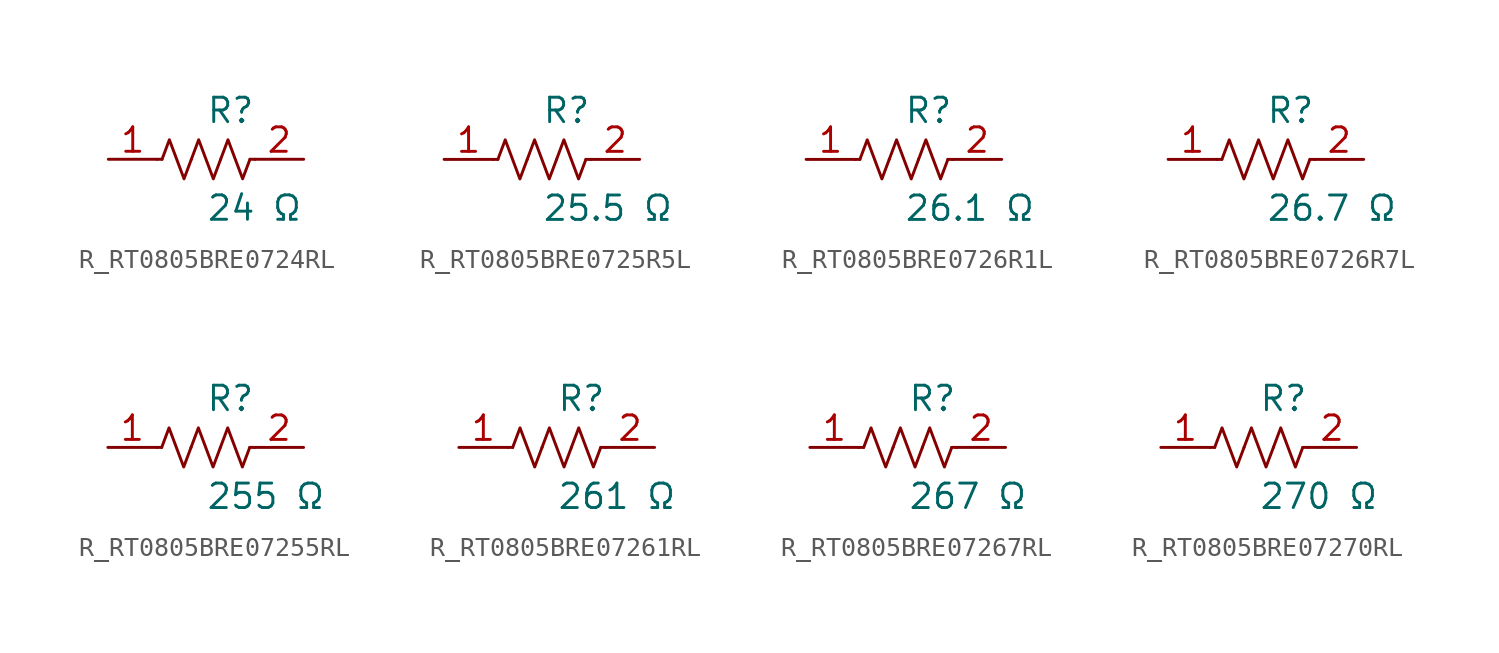
<source format=kicad_sym>
(kicad_symbol_lib
  (version 20231120)
  (generator kicad_symbol_editor)
  (generator_version 8.0)
  (symbol "R_RT0805BRE0724RL"
    (pin_names
      (offset 0.254))
    (property "Reference" "R"
      (at 0.0 2.54 0)
      (effects (font (size 1.27 1.27)) (justify left)))
    (property "Value" "24 Ω"
      (at 0.0 -2.54 0)
      (effects (font (size 1.27 1.27)) (justify left)))
    (symbol "R_RT0805BRE0724RL_0_1"
      (polyline (pts (xy 2.286 0) (xy 2.54 0)) (stroke (width 0) (type default)) (fill (type none)))
      (polyline (pts (xy -2.286 0) (xy -2.54 0)) (stroke (width 0) (type default)) (fill (type none)))
      (polyline (pts (xy 0.762 0) (xy 1.143 1.016) (xy 1.524 0) (xy 1.905 -1.016) (xy 2.286 0)) (stroke (width 0) (type default)) (fill (type none)))
      (polyline (pts (xy -0.762 0) (xy -0.381 1.016) (xy 0 0) (xy 0.381 -1.016) (xy 0.762 0)) (stroke (width 0) (type default)) (fill (type none)))
      (polyline (pts (xy -2.286 0) (xy -1.905 1.016) (xy -1.524 0) (xy -1.143 -1.016) (xy -0.762 0)) (stroke (width 0) (type default)) (fill (type none))))
    (pin unspecified line
      (at -5.08 0 0)
      (length 2.54)
      (name "" (effects (font (size 1.27 1.27))))
      (number "1" (effects (font (size 1.27 1.27)))))
    (pin unspecified line
      (at 5.08 0 180)
      (length 2.54)
      (name "" (effects (font (size 1.27 1.27))))
      (number "2" (effects (font (size 1.27 1.27))))))
  (symbol "R_RT0805BRE0725R5L"
    (pin_names
      (offset 0.254))
    (property "Reference" "R"
      (at 0.0 2.54 0)
      (effects (font (size 1.27 1.27)) (justify left)))
    (property "Value" "25.5 Ω"
      (at 0.0 -2.54 0)
      (effects (font (size 1.27 1.27)) (justify left)))
    (symbol "R_RT0805BRE0725R5L_0_1"
      (polyline (pts (xy 2.286 0) (xy 2.54 0)) (stroke (width 0) (type default)) (fill (type none)))
      (polyline (pts (xy -2.286 0) (xy -2.54 0)) (stroke (width 0) (type default)) (fill (type none)))
      (polyline (pts (xy 0.762 0) (xy 1.143 1.016) (xy 1.524 0) (xy 1.905 -1.016) (xy 2.286 0)) (stroke (width 0) (type default)) (fill (type none)))
      (polyline (pts (xy -0.762 0) (xy -0.381 1.016) (xy 0 0) (xy 0.381 -1.016) (xy 0.762 0)) (stroke (width 0) (type default)) (fill (type none)))
      (polyline (pts (xy -2.286 0) (xy -1.905 1.016) (xy -1.524 0) (xy -1.143 -1.016) (xy -0.762 0)) (stroke (width 0) (type default)) (fill (type none))))
    (pin unspecified line
      (at -5.08 0 0)
      (length 2.54)
      (name "" (effects (font (size 1.27 1.27))))
      (number "1" (effects (font (size 1.27 1.27)))))
    (pin unspecified line
      (at 5.08 0 180)
      (length 2.54)
      (name "" (effects (font (size 1.27 1.27))))
      (number "2" (effects (font (size 1.27 1.27))))))
  (symbol "R_RT0805BRE0726R1L"
    (pin_names
      (offset 0.254))
    (property "Reference" "R"
      (at 0.0 2.54 0)
      (effects (font (size 1.27 1.27)) (justify left)))
    (property "Value" "26.1 Ω"
      (at 0.0 -2.54 0)
      (effects (font (size 1.27 1.27)) (justify left)))
    (symbol "R_RT0805BRE0726R1L_0_1"
      (polyline (pts (xy 2.286 0) (xy 2.54 0)) (stroke (width 0) (type default)) (fill (type none)))
      (polyline (pts (xy -2.286 0) (xy -2.54 0)) (stroke (width 0) (type default)) (fill (type none)))
      (polyline (pts (xy 0.762 0) (xy 1.143 1.016) (xy 1.524 0) (xy 1.905 -1.016) (xy 2.286 0)) (stroke (width 0) (type default)) (fill (type none)))
      (polyline (pts (xy -0.762 0) (xy -0.381 1.016) (xy 0 0) (xy 0.381 -1.016) (xy 0.762 0)) (stroke (width 0) (type default)) (fill (type none)))
      (polyline (pts (xy -2.286 0) (xy -1.905 1.016) (xy -1.524 0) (xy -1.143 -1.016) (xy -0.762 0)) (stroke (width 0) (type default)) (fill (type none))))
    (pin unspecified line
      (at -5.08 0 0)
      (length 2.54)
      (name "" (effects (font (size 1.27 1.27))))
      (number "1" (effects (font (size 1.27 1.27)))))
    (pin unspecified line
      (at 5.08 0 180)
      (length 2.54)
      (name "" (effects (font (size 1.27 1.27))))
      (number "2" (effects (font (size 1.27 1.27))))))
  (symbol "R_RT0805BRE0726R7L"
    (pin_names
      (offset 0.254))
    (property "Reference" "R"
      (at 0.0 2.54 0)
      (effects (font (size 1.27 1.27)) (justify left)))
    (property "Value" "26.7 Ω"
      (at 0.0 -2.54 0)
      (effects (font (size 1.27 1.27)) (justify left)))
    (symbol "R_RT0805BRE0726R7L_0_1"
      (polyline (pts (xy 2.286 0) (xy 2.54 0)) (stroke (width 0) (type default)) (fill (type none)))
      (polyline (pts (xy -2.286 0) (xy -2.54 0)) (stroke (width 0) (type default)) (fill (type none)))
      (polyline (pts (xy 0.762 0) (xy 1.143 1.016) (xy 1.524 0) (xy 1.905 -1.016) (xy 2.286 0)) (stroke (width 0) (type default)) (fill (type none)))
      (polyline (pts (xy -0.762 0) (xy -0.381 1.016) (xy 0 0) (xy 0.381 -1.016) (xy 0.762 0)) (stroke (width 0) (type default)) (fill (type none)))
      (polyline (pts (xy -2.286 0) (xy -1.905 1.016) (xy -1.524 0) (xy -1.143 -1.016) (xy -0.762 0)) (stroke (width 0) (type default)) (fill (type none))))
    (pin unspecified line
      (at -5.08 0 0)
      (length 2.54)
      (name "" (effects (font (size 1.27 1.27))))
      (number "1" (effects (font (size 1.27 1.27)))))
    (pin unspecified line
      (at 5.08 0 180)
      (length 2.54)
      (name "" (effects (font (size 1.27 1.27))))
      (number "2" (effects (font (size 1.27 1.27))))))
  (symbol "R_RT0805BRE07255RL"
    (pin_names
      (offset 0.254))
    (property "Reference" "R"
      (at 0.0 2.54 0)
      (effects (font (size 1.27 1.27)) (justify left)))
    (property "Value" "255 Ω"
      (at 0.0 -2.54 0)
      (effects (font (size 1.27 1.27)) (justify left)))
    (symbol "R_RT0805BRE07255RL_0_1"
      (polyline (pts (xy 2.286 0) (xy 2.54 0)) (stroke (width 0) (type default)) (fill (type none)))
      (polyline (pts (xy -2.286 0) (xy -2.54 0)) (stroke (width 0) (type default)) (fill (type none)))
      (polyline (pts (xy 0.762 0) (xy 1.143 1.016) (xy 1.524 0) (xy 1.905 -1.016) (xy 2.286 0)) (stroke (width 0) (type default)) (fill (type none)))
      (polyline (pts (xy -0.762 0) (xy -0.381 1.016) (xy 0 0) (xy 0.381 -1.016) (xy 0.762 0)) (stroke (width 0) (type default)) (fill (type none)))
      (polyline (pts (xy -2.286 0) (xy -1.905 1.016) (xy -1.524 0) (xy -1.143 -1.016) (xy -0.762 0)) (stroke (width 0) (type default)) (fill (type none))))
    (pin unspecified line
      (at -5.08 0 0)
      (length 2.54)
      (name "" (effects (font (size 1.27 1.27))))
      (number "1" (effects (font (size 1.27 1.27)))))
    (pin unspecified line
      (at 5.08 0 180)
      (length 2.54)
      (name "" (effects (font (size 1.27 1.27))))
      (number "2" (effects (font (size 1.27 1.27))))))
  (symbol "R_RT0805BRE07261RL"
    (pin_names
      (offset 0.254))
    (property "Reference" "R"
      (at 0.0 2.54 0)
      (effects (font (size 1.27 1.27)) (justify left)))
    (property "Value" "261 Ω"
      (at 0.0 -2.54 0)
      (effects (font (size 1.27 1.27)) (justify left)))
    (symbol "R_RT0805BRE07261RL_0_1"
      (polyline (pts (xy 2.286 0) (xy 2.54 0)) (stroke (width 0) (type default)) (fill (type none)))
      (polyline (pts (xy -2.286 0) (xy -2.54 0)) (stroke (width 0) (type default)) (fill (type none)))
      (polyline (pts (xy 0.762 0) (xy 1.143 1.016) (xy 1.524 0) (xy 1.905 -1.016) (xy 2.286 0)) (stroke (width 0) (type default)) (fill (type none)))
      (polyline (pts (xy -0.762 0) (xy -0.381 1.016) (xy 0 0) (xy 0.381 -1.016) (xy 0.762 0)) (stroke (width 0) (type default)) (fill (type none)))
      (polyline (pts (xy -2.286 0) (xy -1.905 1.016) (xy -1.524 0) (xy -1.143 -1.016) (xy -0.762 0)) (stroke (width 0) (type default)) (fill (type none))))
    (pin unspecified line
      (at -5.08 0 0)
      (length 2.54)
      (name "" (effects (font (size 1.27 1.27))))
      (number "1" (effects (font (size 1.27 1.27)))))
    (pin unspecified line
      (at 5.08 0 180)
      (length 2.54)
      (name "" (effects (font (size 1.27 1.27))))
      (number "2" (effects (font (size 1.27 1.27))))))
  (symbol "R_RT0805BRE07267RL"
    (pin_names
      (offset 0.254))
    (property "Reference" "R"
      (at 0.0 2.54 0)
      (effects (font (size 1.27 1.27)) (justify left)))
    (property "Value" "267 Ω"
      (at 0.0 -2.54 0)
      (effects (font (size 1.27 1.27)) (justify left)))
    (symbol "R_RT0805BRE07267RL_0_1"
      (polyline (pts (xy 2.286 0) (xy 2.54 0)) (stroke (width 0) (type default)) (fill (type none)))
      (polyline (pts (xy -2.286 0) (xy -2.54 0)) (stroke (width 0) (type default)) (fill (type none)))
      (polyline (pts (xy 0.762 0) (xy 1.143 1.016) (xy 1.524 0) (xy 1.905 -1.016) (xy 2.286 0)) (stroke (width 0) (type default)) (fill (type none)))
      (polyline (pts (xy -0.762 0) (xy -0.381 1.016) (xy 0 0) (xy 0.381 -1.016) (xy 0.762 0)) (stroke (width 0) (type default)) (fill (type none)))
      (polyline (pts (xy -2.286 0) (xy -1.905 1.016) (xy -1.524 0) (xy -1.143 -1.016) (xy -0.762 0)) (stroke (width 0) (type default)) (fill (type none))))
    (pin unspecified line
      (at -5.08 0 0)
      (length 2.54)
      (name "" (effects (font (size 1.27 1.27))))
      (number "1" (effects (font (size 1.27 1.27)))))
    (pin unspecified line
      (at 5.08 0 180)
      (length 2.54)
      (name "" (effects (font (size 1.27 1.27))))
      (number "2" (effects (font (size 1.27 1.27))))))
  (symbol "R_RT0805BRE07270RL"
    (pin_names
      (offset 0.254))
    (property "Reference" "R"
      (at 0.0 2.54 0)
      (effects (font (size 1.27 1.27)) (justify left)))
    (property "Value" "270 Ω"
      (at 0.0 -2.54 0)
      (effects (font (size 1.27 1.27)) (justify left)))
    (symbol "R_RT0805BRE07270RL_0_1"
      (polyline (pts (xy 2.286 0) (xy 2.54 0)) (stroke (width 0) (type default)) (fill (type none)))
      (polyline (pts (xy -2.286 0) (xy -2.54 0)) (stroke (width 0) (type default)) (fill (type none)))
      (polyline (pts (xy 0.762 0) (xy 1.143 1.016) (xy 1.524 0) (xy 1.905 -1.016) (xy 2.286 0)) (stroke (width 0) (type default)) (fill (type none)))
      (polyline (pts (xy -0.762 0) (xy -0.381 1.016) (xy 0 0) (xy 0.381 -1.016) (xy 0.762 0)) (stroke (width 0) (type default)) (fill (type none)))
      (polyline (pts (xy -2.286 0) (xy -1.905 1.016) (xy -1.524 0) (xy -1.143 -1.016) (xy -0.762 0)) (stroke (width 0) (type default)) (fill (type none))))
    (pin unspecified line
      (at -5.08 0 0)
      (length 2.54)
      (name "" (effects (font (size 1.27 1.27))))
      (number "1" (effects (font (size 1.27 1.27)))))
    (pin unspecified line
      (at 5.08 0 180)
      (length 2.54)
      (name "" (effects (font (size 1.27 1.27))))
      (number "2" (effects (font (size 1.27 1.27)))))))
</source>
